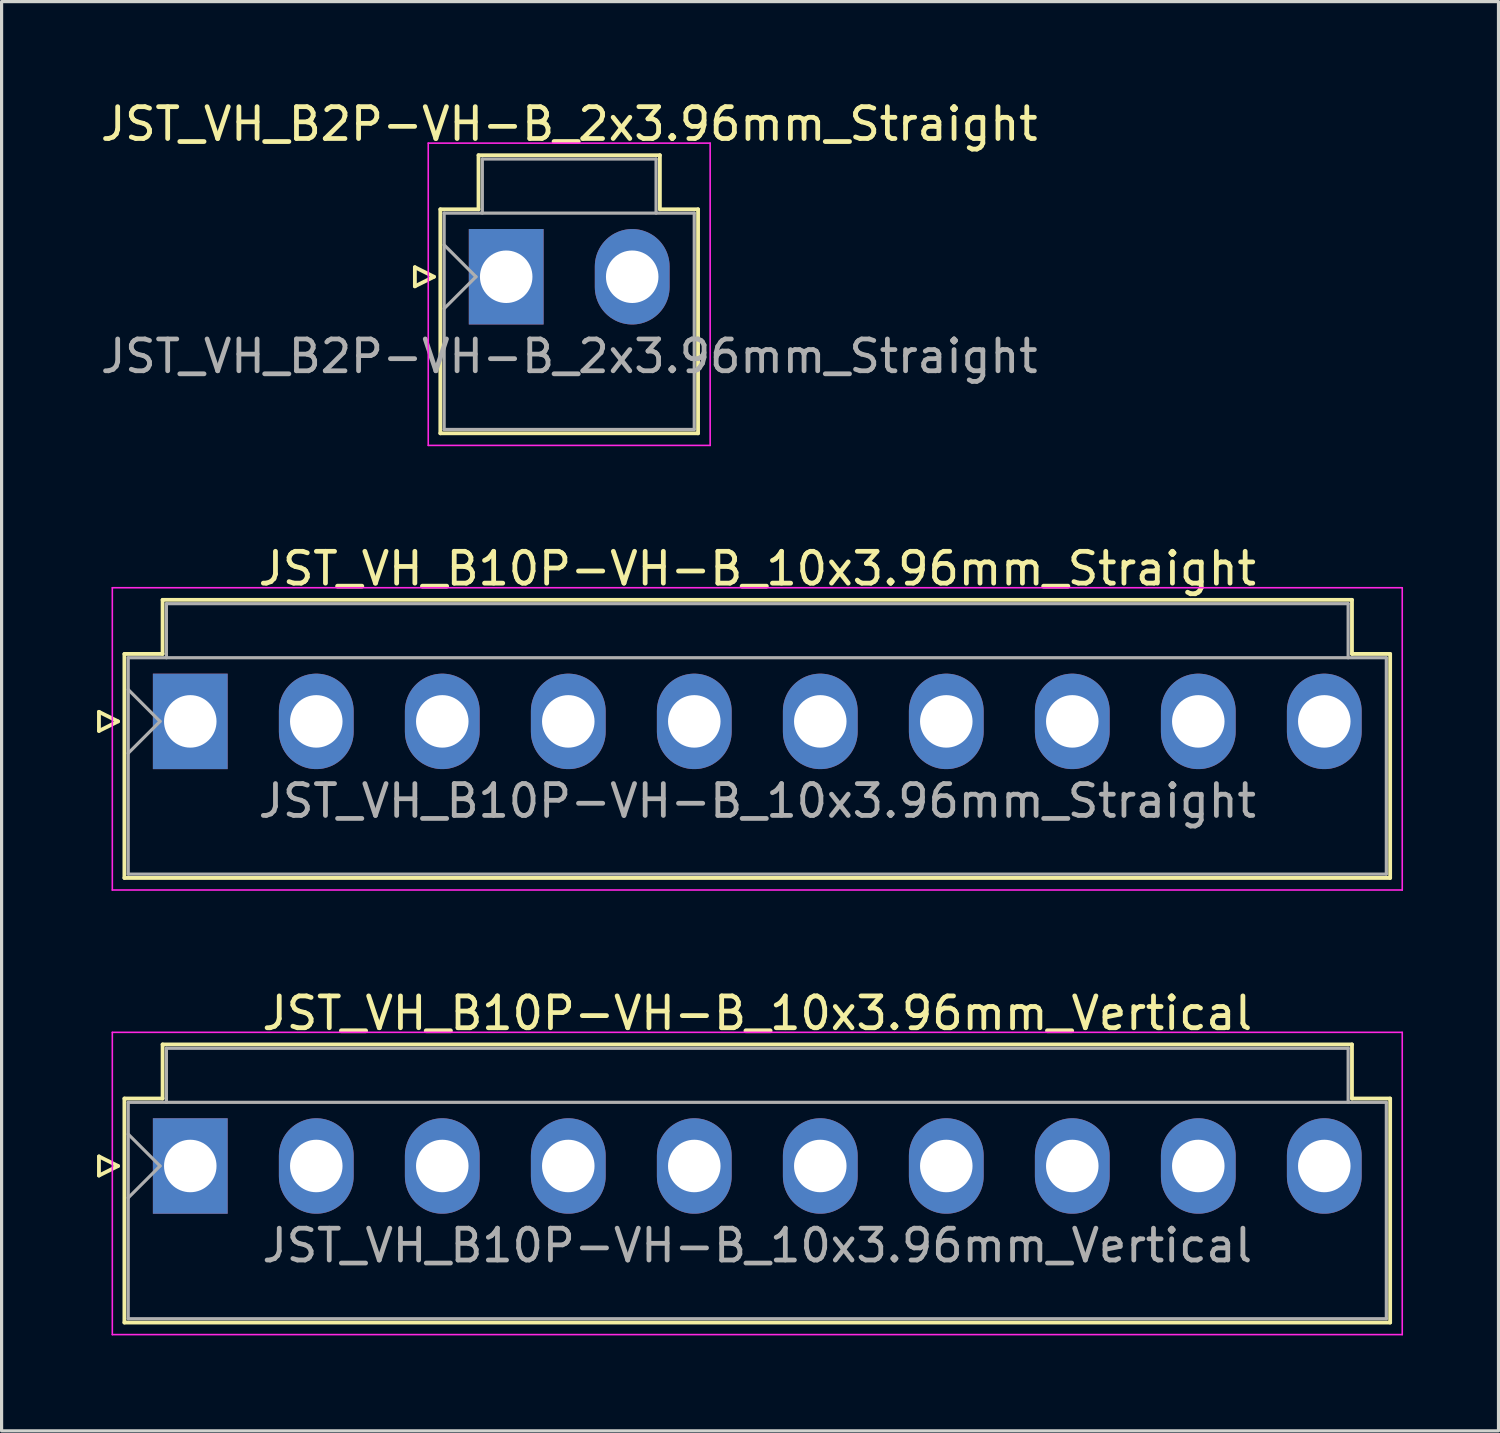
<source format=kicad_pcb>
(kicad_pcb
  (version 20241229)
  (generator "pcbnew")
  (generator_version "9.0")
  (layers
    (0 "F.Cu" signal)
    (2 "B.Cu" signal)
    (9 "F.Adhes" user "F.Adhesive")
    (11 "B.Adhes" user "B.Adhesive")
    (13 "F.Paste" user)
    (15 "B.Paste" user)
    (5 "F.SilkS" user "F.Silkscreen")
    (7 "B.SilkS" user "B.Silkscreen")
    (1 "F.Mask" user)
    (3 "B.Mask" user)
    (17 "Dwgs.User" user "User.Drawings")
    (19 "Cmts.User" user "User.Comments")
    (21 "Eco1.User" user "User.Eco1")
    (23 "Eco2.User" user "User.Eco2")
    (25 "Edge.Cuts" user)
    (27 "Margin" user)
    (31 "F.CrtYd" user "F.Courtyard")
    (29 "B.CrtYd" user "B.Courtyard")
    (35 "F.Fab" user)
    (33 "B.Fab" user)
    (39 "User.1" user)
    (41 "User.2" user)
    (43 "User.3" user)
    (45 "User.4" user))
  (footprint "JST_VH_B10P-VH-B_10x3.96mm_Vertical"
    (layer "F.Cu")
    (at 2.93 33.595)
    (property "Reference" "JST_VH_B10P-VH-B_10x3.96mm_Vertical" (at 17.82 -4.8 0) (layer "F.SilkS") (effects (font (size 1 1) (thickness 0.15))))
    (attr through_hole)
    (fp_line (start -2.87 -0.3) (end -2.27 0) (stroke (width 0.12) (type solid)) (layer "F.SilkS"))
    (fp_line (start -2.87 0.3) (end -2.87 -0.3) (stroke (width 0.12) (type solid)) (layer "F.SilkS"))
    (fp_line (start -2.27 0) (end -2.87 0.3) (stroke (width 0.12) (type solid)) (layer "F.SilkS"))
    (fp_line (start -2.07 -2.12) (end -0.87 -2.12) (stroke (width 0.12) (type solid)) (layer "F.SilkS"))
    (fp_line (start -2.07 4.92) (end -2.07 -2.12) (stroke (width 0.12) (type solid)) (layer "F.SilkS"))
    (fp_line (start -0.87 -3.82) (end 36.51 -3.82) (stroke (width 0.12) (type solid)) (layer "F.SilkS"))
    (fp_line (start -0.87 -2.12) (end -0.87 -3.82) (stroke (width 0.12) (type solid)) (layer "F.SilkS"))
    (fp_line (start 36.51 -3.82) (end 36.51 -2.12) (stroke (width 0.12) (type solid)) (layer "F.SilkS"))
    (fp_line (start 36.51 -2.12) (end 37.71 -2.12) (stroke (width 0.12) (type solid)) (layer "F.SilkS"))
    (fp_line (start 37.71 -2.12) (end 37.71 4.92) (stroke (width 0.12) (type solid)) (layer "F.SilkS"))
    (fp_line (start 37.71 4.92) (end -2.07 4.92) (stroke (width 0.12) (type solid)) (layer "F.SilkS"))
    (fp_line (start -2.45 -4.2) (end -2.45 5.3) (stroke (width 0.05) (type solid)) (layer "F.CrtYd"))
    (fp_line (start -2.45 5.3) (end 38.09 5.3) (stroke (width 0.05) (type solid)) (layer "F.CrtYd"))
    (fp_line (start 38.09 -4.2) (end -2.45 -4.2) (stroke (width 0.05) (type solid)) (layer "F.CrtYd"))
    (fp_line (start 38.09 5.3) (end 38.09 -4.2) (stroke (width 0.05) (type solid)) (layer "F.CrtYd"))
    (fp_line (start -1.95 -2) (end -1.95 4.8) (stroke (width 0.1) (type solid)) (layer "F.Fab"))
    (fp_line (start -1.95 -1) (end -0.95 0) (stroke (width 0.1) (type solid)) (layer "F.Fab"))
    (fp_line (start -1.95 1) (end -0.95 0) (stroke (width 0.1) (type solid)) (layer "F.Fab"))
    (fp_line (start -1.95 4.8) (end 37.59 4.8) (stroke (width 0.1) (type solid)) (layer "F.Fab"))
    (fp_line (start -0.75 -3.7) (end 36.39 -3.7) (stroke (width 0.1) (type solid)) (layer "F.Fab"))
    (fp_line (start -0.75 -2) (end -0.75 -3.7) (stroke (width 0.1) (type solid)) (layer "F.Fab"))
    (fp_line (start 36.39 -3.7) (end 36.39 -2) (stroke (width 0.1) (type solid)) (layer "F.Fab"))
    (fp_line (start 37.59 -2) (end -1.95 -2) (stroke (width 0.1) (type solid)) (layer "F.Fab"))
    (fp_line (start 37.59 4.8) (end 37.59 -2) (stroke (width 0.1) (type solid)) (layer "F.Fab"))
    (fp_text user "${REFERENCE}" (at 17.82 2.5 0) (layer "F.Fab") (effects (font (size 1 1) (thickness 0.15))))
    (pad "1" thru_hole rect (at 0 0) (size 2.35 3) (drill 1.65) (layers "*.Cu" "*.Mask"))
    (pad "2" thru_hole oval (at 3.96 0) (size 2.35 3) (drill 1.65) (layers "*.Cu" "*.Mask"))
    (pad "3" thru_hole oval (at 7.92 0) (size 2.35 3) (drill 1.65) (layers "*.Cu" "*.Mask"))
    (pad "4" thru_hole oval (at 11.88 0) (size 2.35 3) (drill 1.65) (layers "*.Cu" "*.Mask"))
    (pad "5" thru_hole oval (at 15.84 0) (size 2.35 3) (drill 1.65) (layers "*.Cu" "*.Mask"))
    (pad "6" thru_hole oval (at 19.8 0) (size 2.35 3) (drill 1.65) (layers "*.Cu" "*.Mask"))
    (pad "7" thru_hole oval (at 23.76 0) (size 2.35 3) (drill 1.65) (layers "*.Cu" "*.Mask"))
    (pad "8" thru_hole oval (at 27.72 0) (size 2.35 3) (drill 1.65) (layers "*.Cu" "*.Mask"))
    (pad "9" thru_hole oval (at 31.68 0) (size 2.35 3) (drill 1.65) (layers "*.Cu" "*.Mask"))
    (pad "10" thru_hole oval (at 35.64 0) (size 2.35 3) (drill 1.65) (layers "*.Cu" "*.Mask")))
  (footprint "JST_VH_B10P-VH-B_10x3.96mm_Straight"
    (layer "F.Cu")
    (at 2.93 19.622)
    (property "Reference" "JST_VH_B10P-VH-B_10x3.96mm_Straight" (at 17.82 -4.8 0) (layer "F.SilkS") (effects (font (size 1 1) (thickness 0.15))))
    (attr through_hole)
    (fp_line (start -2.87 -0.3) (end -2.27 0) (stroke (width 0.12) (type solid)) (layer "F.SilkS"))
    (fp_line (start -2.87 0.3) (end -2.87 -0.3) (stroke (width 0.12) (type solid)) (layer "F.SilkS"))
    (fp_line (start -2.27 0) (end -2.87 0.3) (stroke (width 0.12) (type solid)) (layer "F.SilkS"))
    (fp_line (start -2.07 -2.12) (end -0.87 -2.12) (stroke (width 0.12) (type solid)) (layer "F.SilkS"))
    (fp_line (start -2.07 4.92) (end -2.07 -2.12) (stroke (width 0.12) (type solid)) (layer "F.SilkS"))
    (fp_line (start -0.87 -3.82) (end 36.51 -3.82) (stroke (width 0.12) (type solid)) (layer "F.SilkS"))
    (fp_line (start -0.87 -2.12) (end -0.87 -3.82) (stroke (width 0.12) (type solid)) (layer "F.SilkS"))
    (fp_line (start 36.51 -3.82) (end 36.51 -2.12) (stroke (width 0.12) (type solid)) (layer "F.SilkS"))
    (fp_line (start 36.51 -2.12) (end 37.71 -2.12) (stroke (width 0.12) (type solid)) (layer "F.SilkS"))
    (fp_line (start 37.71 -2.12) (end 37.71 4.92) (stroke (width 0.12) (type solid)) (layer "F.SilkS"))
    (fp_line (start 37.71 4.92) (end -2.07 4.92) (stroke (width 0.12) (type solid)) (layer "F.SilkS"))
    (fp_line (start -2.45 -4.2) (end -2.45 5.3) (stroke (width 0.05) (type solid)) (layer "F.CrtYd"))
    (fp_line (start -2.45 5.3) (end 38.09 5.3) (stroke (width 0.05) (type solid)) (layer "F.CrtYd"))
    (fp_line (start 38.09 -4.2) (end -2.45 -4.2) (stroke (width 0.05) (type solid)) (layer "F.CrtYd"))
    (fp_line (start 38.09 5.3) (end 38.09 -4.2) (stroke (width 0.05) (type solid)) (layer "F.CrtYd"))
    (fp_line (start -1.95 -2) (end -1.95 4.8) (stroke (width 0.1) (type solid)) (layer "F.Fab"))
    (fp_line (start -1.95 -1) (end -0.95 0) (stroke (width 0.1) (type solid)) (layer "F.Fab"))
    (fp_line (start -1.95 1) (end -0.95 0) (stroke (width 0.1) (type solid)) (layer "F.Fab"))
    (fp_line (start -1.95 4.8) (end 37.59 4.8) (stroke (width 0.1) (type solid)) (layer "F.Fab"))
    (fp_line (start -0.75 -3.7) (end 36.39 -3.7) (stroke (width 0.1) (type solid)) (layer "F.Fab"))
    (fp_line (start -0.75 -2) (end -0.75 -3.7) (stroke (width 0.1) (type solid)) (layer "F.Fab"))
    (fp_line (start 36.39 -3.7) (end 36.39 -2) (stroke (width 0.1) (type solid)) (layer "F.Fab"))
    (fp_line (start 37.59 -2) (end -1.95 -2) (stroke (width 0.1) (type solid)) (layer "F.Fab"))
    (fp_line (start 37.59 4.8) (end 37.59 -2) (stroke (width 0.1) (type solid)) (layer "F.Fab"))
    (fp_text user "${REFERENCE}" (at 17.82 2.5 0) (layer "F.Fab") (effects (font (size 1 1) (thickness 0.15))))
    (pad "1" thru_hole rect (at 0 0) (size 2.35 3) (drill 1.65) (layers "*.Cu" "*.Mask"))
    (pad "2" thru_hole oval (at 3.96 0) (size 2.35 3) (drill 1.65) (layers "*.Cu" "*.Mask"))
    (pad "3" thru_hole oval (at 7.92 0) (size 2.35 3) (drill 1.65) (layers "*.Cu" "*.Mask"))
    (pad "4" thru_hole oval (at 11.88 0) (size 2.35 3) (drill 1.65) (layers "*.Cu" "*.Mask"))
    (pad "5" thru_hole oval (at 15.84 0) (size 2.35 3) (drill 1.65) (layers "*.Cu" "*.Mask"))
    (pad "6" thru_hole oval (at 19.8 0) (size 2.35 3) (drill 1.65) (layers "*.Cu" "*.Mask"))
    (pad "7" thru_hole oval (at 23.76 0) (size 2.35 3) (drill 1.65) (layers "*.Cu" "*.Mask"))
    (pad "8" thru_hole oval (at 27.72 0) (size 2.35 3) (drill 1.65) (layers "*.Cu" "*.Mask"))
    (pad "9" thru_hole oval (at 31.68 0) (size 2.35 3) (drill 1.65) (layers "*.Cu" "*.Mask"))
    (pad "10" thru_hole oval (at 35.64 0) (size 2.35 3) (drill 1.65) (layers "*.Cu" "*.Mask")))
  (footprint "JST_VH_B2P-VH-B_2x3.96mm_Straight"
    (layer "F.Cu")
    (at 12.859 5.648)
    (property "Reference" "JST_VH_B2P-VH-B_2x3.96mm_Straight" (at 1.98 -4.8 0) (layer "F.SilkS") (effects (font (size 1 1) (thickness 0.15))))
    (attr through_hole)
    (fp_line (start -2.87 -0.3) (end -2.27 0) (stroke (width 0.12) (type solid)) (layer "F.SilkS"))
    (fp_line (start -2.87 0.3) (end -2.87 -0.3) (stroke (width 0.12) (type solid)) (layer "F.SilkS"))
    (fp_line (start -2.27 0) (end -2.87 0.3) (stroke (width 0.12) (type solid)) (layer "F.SilkS"))
    (fp_line (start -2.07 -2.12) (end -0.87 -2.12) (stroke (width 0.12) (type solid)) (layer "F.SilkS"))
    (fp_line (start -2.07 4.92) (end -2.07 -2.12) (stroke (width 0.12) (type solid)) (layer "F.SilkS"))
    (fp_line (start -0.87 -3.82) (end 4.83 -3.82) (stroke (width 0.12) (type solid)) (layer "F.SilkS"))
    (fp_line (start -0.87 -2.12) (end -0.87 -3.82) (stroke (width 0.12) (type solid)) (layer "F.SilkS"))
    (fp_line (start 4.83 -3.82) (end 4.83 -2.12) (stroke (width 0.12) (type solid)) (layer "F.SilkS"))
    (fp_line (start 4.83 -2.12) (end 6.03 -2.12) (stroke (width 0.12) (type solid)) (layer "F.SilkS"))
    (fp_line (start 6.03 -2.12) (end 6.03 4.92) (stroke (width 0.12) (type solid)) (layer "F.SilkS"))
    (fp_line (start 6.03 4.92) (end -2.07 4.92) (stroke (width 0.12) (type solid)) (layer "F.SilkS"))
    (fp_line (start -2.45 -4.2) (end -2.45 5.3) (stroke (width 0.05) (type solid)) (layer "F.CrtYd"))
    (fp_line (start -2.45 5.3) (end 6.41 5.3) (stroke (width 0.05) (type solid)) (layer "F.CrtYd"))
    (fp_line (start 6.41 -4.2) (end -2.45 -4.2) (stroke (width 0.05) (type solid)) (layer "F.CrtYd"))
    (fp_line (start 6.41 5.3) (end 6.41 -4.2) (stroke (width 0.05) (type solid)) (layer "F.CrtYd"))
    (fp_line (start -1.95 -2) (end -1.95 4.8) (stroke (width 0.1) (type solid)) (layer "F.Fab"))
    (fp_line (start -1.95 -1) (end -0.95 0) (stroke (width 0.1) (type solid)) (layer "F.Fab"))
    (fp_line (start -1.95 1) (end -0.95 0) (stroke (width 0.1) (type solid)) (layer "F.Fab"))
    (fp_line (start -1.95 4.8) (end 5.91 4.8) (stroke (width 0.1) (type solid)) (layer "F.Fab"))
    (fp_line (start -0.75 -3.7) (end 4.71 -3.7) (stroke (width 0.1) (type solid)) (layer "F.Fab"))
    (fp_line (start -0.75 -2) (end -0.75 -3.7) (stroke (width 0.1) (type solid)) (layer "F.Fab"))
    (fp_line (start 4.71 -3.7) (end 4.71 -2) (stroke (width 0.1) (type solid)) (layer "F.Fab"))
    (fp_line (start 5.91 -2) (end -1.95 -2) (stroke (width 0.1) (type solid)) (layer "F.Fab"))
    (fp_line (start 5.91 4.8) (end 5.91 -2) (stroke (width 0.1) (type solid)) (layer "F.Fab"))
    (fp_text user "${REFERENCE}" (at 1.98 2.5 0) (layer "F.Fab") (effects (font (size 1 1) (thickness 0.15))))
    (pad "1" thru_hole rect (at 0 0) (size 2.35 3) (drill 1.65) (layers "*.Cu" "*.Mask"))
    (pad "2" thru_hole oval (at 3.96 0) (size 2.35 3) (drill 1.65) (layers "*.Cu" "*.Mask")))
  (gr_rect
    (start -3 -3)
    (end 44.045 41.92)
    (stroke (width 0.1) (type default))
    (fill no)
    (layer "Edge.Cuts")))
</source>
